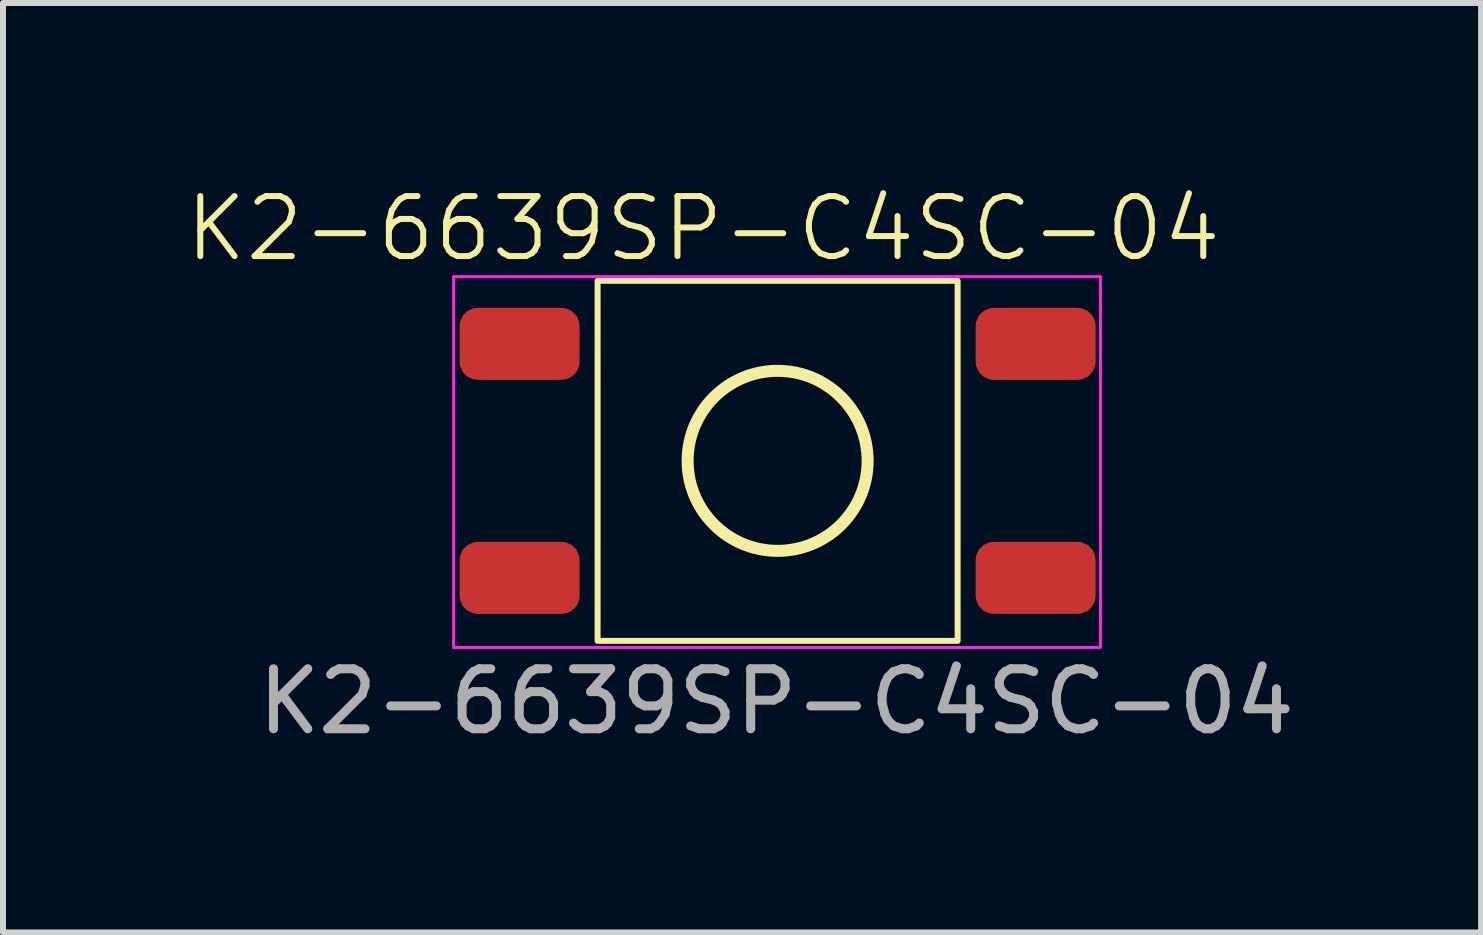
<source format=kicad_pcb>
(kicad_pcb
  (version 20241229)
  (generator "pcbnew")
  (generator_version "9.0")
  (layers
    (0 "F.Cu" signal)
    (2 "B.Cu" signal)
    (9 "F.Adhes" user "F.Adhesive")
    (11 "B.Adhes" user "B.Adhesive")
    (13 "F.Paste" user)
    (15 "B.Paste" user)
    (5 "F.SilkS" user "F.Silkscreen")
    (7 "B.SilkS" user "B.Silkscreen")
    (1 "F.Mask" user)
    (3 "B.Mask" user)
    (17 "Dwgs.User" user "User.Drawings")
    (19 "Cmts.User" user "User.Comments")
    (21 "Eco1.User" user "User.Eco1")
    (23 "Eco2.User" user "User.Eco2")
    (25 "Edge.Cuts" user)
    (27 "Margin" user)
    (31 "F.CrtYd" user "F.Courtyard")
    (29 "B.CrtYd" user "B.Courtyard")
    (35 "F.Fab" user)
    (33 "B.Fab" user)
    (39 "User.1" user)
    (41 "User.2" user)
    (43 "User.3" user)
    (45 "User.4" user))
  (footprint "K2-6639SP-C4SC-04"
    (layer "F.Cu")
    (at 9.909 4.63)
    (property "Reference" "K2-6639SP-C4SC-04" (at -1.24 -3.87 0) (unlocked yes) (layer "F.SilkS") (effects (font (size 1 1) (thickness 0.1))))
    (attr smd)
    (fp_rect (start -3 3) (end 3 -3) (stroke (width 0.1) (type default)) (fill no) (layer "F.SilkS"))
    (fp_circle (center 0 0) (end 1.5 0) (stroke (width 0.2) (type default)) (fill no) (layer "F.SilkS"))
    (fp_rect (start -5.4 -3.07) (end 5.38 3.11) (stroke (width 0.05) (type default)) (fill no) (layer "F.CrtYd"))
    (fp_text user "${REFERENCE}" (at -0.02 4.01 0) (unlocked yes) (layer "F.Fab") (effects (font (size 1 1) (thickness 0.15))))
    (pad "1" smd roundrect (at -4.3 -1.95) (size 2 1.2) (layers "F.Cu" "F.Mask" "F.Paste") (roundrect_rratio 0.25))
    (pad "1" smd roundrect (at 4.3 -1.95) (size 2 1.2) (layers "F.Cu" "F.Mask" "F.Paste") (roundrect_rratio 0.25))
    (pad "2" smd roundrect (at -4.3 1.95) (size 2 1.2) (layers "F.Cu" "F.Mask" "F.Paste") (roundrect_rratio 0.25))
    (pad "2" smd roundrect (at 4.3 1.95) (size 2 1.2) (layers "F.Cu" "F.Mask" "F.Paste") (roundrect_rratio 0.25)))
  (gr_rect
    (start -3 -3)
    (end 21.633 12.489)
    (stroke (width 0.1) (type default))
    (fill no)
    (layer "Edge.Cuts")))
</source>
